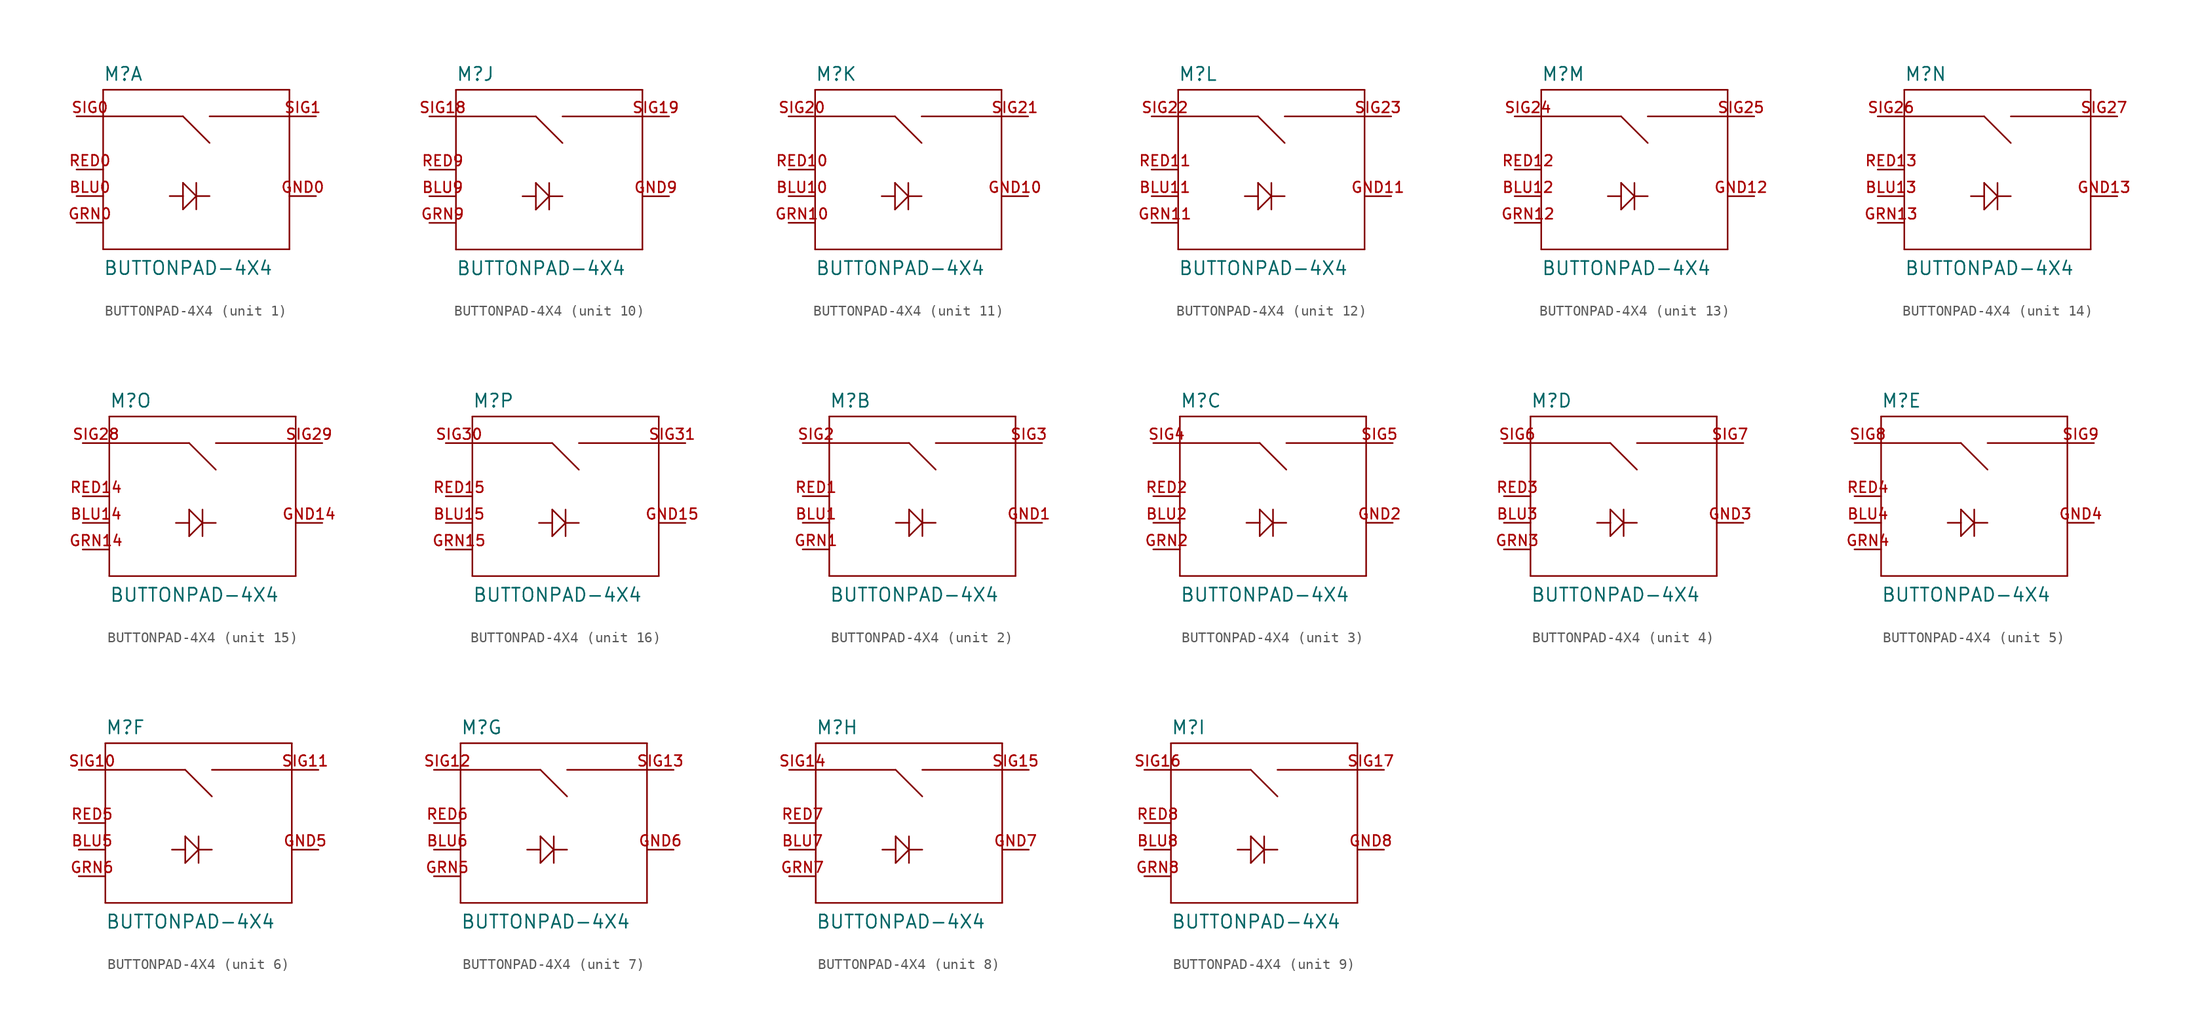
<source format=kicad_sym>
(kicad_symbol_lib
  (version 20211014)
  (generator kicad_symbol_editor)
  (symbol "BUTTONPAD-4X4"
    (pin_names
      (offset 1.016) hide)
    (property "Reference" "M"
      (at -7.62 8.382 0)
      (effects (font (size 1.27 1.27)) (justify left bottom)))
    (property "Value" "BUTTONPAD-4X4"
      (at -7.62 -10.16 0)
      (effects (font (size 1.27 1.27)) (justify left bottom)))
    (property "ki_locked" ""
      (at 0 0 0)
      (effects (font (size 1.27 1.27))))
    (symbol "BUTTONPAD-4X4_1_0"
      (polyline (pts (xy -7.62 -7.62) (xy -7.62 5.08)) (stroke (width 0) (type default) (color 0 0 0 0)) (fill (type none)))
      (polyline (pts (xy -7.62 5.08) (xy -7.62 7.62)) (stroke (width 0) (type default) (color 0 0 0 0)) (fill (type none)))
      (polyline (pts (xy -7.62 5.08) (xy 0 5.08)) (stroke (width 0) (type default) (color 0 0 0 0)) (fill (type none)))
      (polyline (pts (xy -7.62 7.62) (xy 10.16 7.62)) (stroke (width 0) (type default) (color 0 0 0 0)) (fill (type none)))
      (polyline (pts (xy 0 -3.81) (xy 1.27 -2.54)) (stroke (width 0) (type default) (color 0 0 0 0)) (fill (type none)))
      (polyline (pts (xy 0 -2.54) (xy -1.27 -2.54)) (stroke (width 0) (type default) (color 0 0 0 0)) (fill (type none)))
      (polyline (pts (xy 0 -2.54) (xy 0 -3.81)) (stroke (width 0) (type default) (color 0 0 0 0)) (fill (type none)))
      (polyline (pts (xy 0 -1.27) (xy 0 -2.54)) (stroke (width 0) (type default) (color 0 0 0 0)) (fill (type none)))
      (polyline (pts (xy 0 5.08) (xy 2.54 2.54)) (stroke (width 0) (type default) (color 0 0 0 0)) (fill (type none)))
      (polyline (pts (xy 1.27 -2.54) (xy 0 -1.27)) (stroke (width 0) (type default) (color 0 0 0 0)) (fill (type none)))
      (polyline (pts (xy 1.27 -2.54) (xy 1.27 -3.81)) (stroke (width 0) (type default) (color 0 0 0 0)) (fill (type none)))
      (polyline (pts (xy 1.27 -2.54) (xy 2.54 -2.54)) (stroke (width 0) (type default) (color 0 0 0 0)) (fill (type none)))
      (polyline (pts (xy 1.27 -1.27) (xy 1.27 -2.54)) (stroke (width 0) (type default) (color 0 0 0 0)) (fill (type none)))
      (polyline (pts (xy 2.54 5.08) (xy 10.16 5.08)) (stroke (width 0) (type default) (color 0 0 0 0)) (fill (type none)))
      (polyline (pts (xy 10.16 -7.62) (xy -7.62 -7.62)) (stroke (width 0) (type default) (color 0 0 0 0)) (fill (type none)))
      (polyline (pts (xy 10.16 5.08) (xy 10.16 -7.62)) (stroke (width 0) (type default) (color 0 0 0 0)) (fill (type none)))
      (polyline (pts (xy 10.16 7.62) (xy 10.16 5.08)) (stroke (width 0) (type default) (color 0 0 0 0)) (fill (type none))))
    (symbol "BUTTONPAD-4X4_1_1"
      (pin bidirectional line (at -10.16 -2.54 0) (length 2.54) (name "BLU" (effects (font (size 1.016 1.016)))) (number "BLU0" (effects (font (size 1.016 1.016)))))
      (pin bidirectional line (at 12.7 -2.54 180) (length 2.54) (name "GND" (effects (font (size 1.016 1.016)))) (number "GND0" (effects (font (size 1.016 1.016)))))
      (pin bidirectional line (at -10.16 -5.08 0) (length 2.54) (name "GRN" (effects (font (size 1.016 1.016)))) (number "GRN0" (effects (font (size 1.016 1.016)))))
      (pin bidirectional line (at -10.16 0 0) (length 2.54) (name "RED" (effects (font (size 1.016 1.016)))) (number "RED0" (effects (font (size 1.016 1.016)))))
      (pin bidirectional line (at -10.16 5.08 0) (length 2.54) (name "SIG1" (effects (font (size 1.016 1.016)))) (number "SIG0" (effects (font (size 1.016 1.016)))))
      (pin bidirectional line (at 12.7 5.08 180) (length 2.54) (name "SIG2" (effects (font (size 1.016 1.016)))) (number "SIG1" (effects (font (size 1.016 1.016))))))
    (symbol "BUTTONPAD-4X4_2_0"
      (polyline (pts (xy -7.62 -7.62) (xy -7.62 5.08)) (stroke (width 0) (type default) (color 0 0 0 0)) (fill (type none)))
      (polyline (pts (xy -7.62 5.08) (xy -7.62 7.62)) (stroke (width 0) (type default) (color 0 0 0 0)) (fill (type none)))
      (polyline (pts (xy -7.62 5.08) (xy 0 5.08)) (stroke (width 0) (type default) (color 0 0 0 0)) (fill (type none)))
      (polyline (pts (xy -7.62 7.62) (xy 10.16 7.62)) (stroke (width 0) (type default) (color 0 0 0 0)) (fill (type none)))
      (polyline (pts (xy 0 -3.81) (xy 1.27 -2.54)) (stroke (width 0) (type default) (color 0 0 0 0)) (fill (type none)))
      (polyline (pts (xy 0 -2.54) (xy -1.27 -2.54)) (stroke (width 0) (type default) (color 0 0 0 0)) (fill (type none)))
      (polyline (pts (xy 0 -2.54) (xy 0 -3.81)) (stroke (width 0) (type default) (color 0 0 0 0)) (fill (type none)))
      (polyline (pts (xy 0 -1.27) (xy 0 -2.54)) (stroke (width 0) (type default) (color 0 0 0 0)) (fill (type none)))
      (polyline (pts (xy 0 5.08) (xy 2.54 2.54)) (stroke (width 0) (type default) (color 0 0 0 0)) (fill (type none)))
      (polyline (pts (xy 1.27 -2.54) (xy 0 -1.27)) (stroke (width 0) (type default) (color 0 0 0 0)) (fill (type none)))
      (polyline (pts (xy 1.27 -2.54) (xy 1.27 -3.81)) (stroke (width 0) (type default) (color 0 0 0 0)) (fill (type none)))
      (polyline (pts (xy 1.27 -2.54) (xy 2.54 -2.54)) (stroke (width 0) (type default) (color 0 0 0 0)) (fill (type none)))
      (polyline (pts (xy 1.27 -1.27) (xy 1.27 -2.54)) (stroke (width 0) (type default) (color 0 0 0 0)) (fill (type none)))
      (polyline (pts (xy 2.54 5.08) (xy 10.16 5.08)) (stroke (width 0) (type default) (color 0 0 0 0)) (fill (type none)))
      (polyline (pts (xy 10.16 -7.62) (xy -7.62 -7.62)) (stroke (width 0) (type default) (color 0 0 0 0)) (fill (type none)))
      (polyline (pts (xy 10.16 5.08) (xy 10.16 -7.62)) (stroke (width 0) (type default) (color 0 0 0 0)) (fill (type none)))
      (polyline (pts (xy 10.16 7.62) (xy 10.16 5.08)) (stroke (width 0) (type default) (color 0 0 0 0)) (fill (type none))))
    (symbol "BUTTONPAD-4X4_2_1"
      (pin bidirectional line (at -10.16 -2.54 0) (length 2.54) (name "BLU" (effects (font (size 1.016 1.016)))) (number "BLU1" (effects (font (size 1.016 1.016)))))
      (pin bidirectional line (at 12.7 -2.54 180) (length 2.54) (name "GND" (effects (font (size 1.016 1.016)))) (number "GND1" (effects (font (size 1.016 1.016)))))
      (pin bidirectional line (at -10.16 -5.08 0) (length 2.54) (name "GRN" (effects (font (size 1.016 1.016)))) (number "GRN1" (effects (font (size 1.016 1.016)))))
      (pin bidirectional line (at -10.16 0 0) (length 2.54) (name "RED" (effects (font (size 1.016 1.016)))) (number "RED1" (effects (font (size 1.016 1.016)))))
      (pin bidirectional line (at -10.16 5.08 0) (length 2.54) (name "SIG1" (effects (font (size 1.016 1.016)))) (number "SIG2" (effects (font (size 1.016 1.016)))))
      (pin bidirectional line (at 12.7 5.08 180) (length 2.54) (name "SIG2" (effects (font (size 1.016 1.016)))) (number "SIG3" (effects (font (size 1.016 1.016))))))
    (symbol "BUTTONPAD-4X4_3_0"
      (polyline (pts (xy -7.62 -7.62) (xy -7.62 5.08)) (stroke (width 0) (type default) (color 0 0 0 0)) (fill (type none)))
      (polyline (pts (xy -7.62 5.08) (xy -7.62 7.62)) (stroke (width 0) (type default) (color 0 0 0 0)) (fill (type none)))
      (polyline (pts (xy -7.62 5.08) (xy 0 5.08)) (stroke (width 0) (type default) (color 0 0 0 0)) (fill (type none)))
      (polyline (pts (xy -7.62 7.62) (xy 10.16 7.62)) (stroke (width 0) (type default) (color 0 0 0 0)) (fill (type none)))
      (polyline (pts (xy 0 -3.81) (xy 1.27 -2.54)) (stroke (width 0) (type default) (color 0 0 0 0)) (fill (type none)))
      (polyline (pts (xy 0 -2.54) (xy -1.27 -2.54)) (stroke (width 0) (type default) (color 0 0 0 0)) (fill (type none)))
      (polyline (pts (xy 0 -2.54) (xy 0 -3.81)) (stroke (width 0) (type default) (color 0 0 0 0)) (fill (type none)))
      (polyline (pts (xy 0 -1.27) (xy 0 -2.54)) (stroke (width 0) (type default) (color 0 0 0 0)) (fill (type none)))
      (polyline (pts (xy 0 5.08) (xy 2.54 2.54)) (stroke (width 0) (type default) (color 0 0 0 0)) (fill (type none)))
      (polyline (pts (xy 1.27 -2.54) (xy 0 -1.27)) (stroke (width 0) (type default) (color 0 0 0 0)) (fill (type none)))
      (polyline (pts (xy 1.27 -2.54) (xy 1.27 -3.81)) (stroke (width 0) (type default) (color 0 0 0 0)) (fill (type none)))
      (polyline (pts (xy 1.27 -2.54) (xy 2.54 -2.54)) (stroke (width 0) (type default) (color 0 0 0 0)) (fill (type none)))
      (polyline (pts (xy 1.27 -1.27) (xy 1.27 -2.54)) (stroke (width 0) (type default) (color 0 0 0 0)) (fill (type none)))
      (polyline (pts (xy 2.54 5.08) (xy 10.16 5.08)) (stroke (width 0) (type default) (color 0 0 0 0)) (fill (type none)))
      (polyline (pts (xy 10.16 -7.62) (xy -7.62 -7.62)) (stroke (width 0) (type default) (color 0 0 0 0)) (fill (type none)))
      (polyline (pts (xy 10.16 5.08) (xy 10.16 -7.62)) (stroke (width 0) (type default) (color 0 0 0 0)) (fill (type none)))
      (polyline (pts (xy 10.16 7.62) (xy 10.16 5.08)) (stroke (width 0) (type default) (color 0 0 0 0)) (fill (type none))))
    (symbol "BUTTONPAD-4X4_3_1"
      (pin bidirectional line (at -10.16 -2.54 0) (length 2.54) (name "BLU" (effects (font (size 1.016 1.016)))) (number "BLU2" (effects (font (size 1.016 1.016)))))
      (pin bidirectional line (at 12.7 -2.54 180) (length 2.54) (name "GND" (effects (font (size 1.016 1.016)))) (number "GND2" (effects (font (size 1.016 1.016)))))
      (pin bidirectional line (at -10.16 -5.08 0) (length 2.54) (name "GRN" (effects (font (size 1.016 1.016)))) (number "GRN2" (effects (font (size 1.016 1.016)))))
      (pin bidirectional line (at -10.16 0 0) (length 2.54) (name "RED" (effects (font (size 1.016 1.016)))) (number "RED2" (effects (font (size 1.016 1.016)))))
      (pin bidirectional line (at -10.16 5.08 0) (length 2.54) (name "SIG1" (effects (font (size 1.016 1.016)))) (number "SIG4" (effects (font (size 1.016 1.016)))))
      (pin bidirectional line (at 12.7 5.08 180) (length 2.54) (name "SIG2" (effects (font (size 1.016 1.016)))) (number "SIG5" (effects (font (size 1.016 1.016))))))
    (symbol "BUTTONPAD-4X4_4_0"
      (polyline (pts (xy -7.62 -7.62) (xy -7.62 5.08)) (stroke (width 0) (type default) (color 0 0 0 0)) (fill (type none)))
      (polyline (pts (xy -7.62 5.08) (xy -7.62 7.62)) (stroke (width 0) (type default) (color 0 0 0 0)) (fill (type none)))
      (polyline (pts (xy -7.62 5.08) (xy 0 5.08)) (stroke (width 0) (type default) (color 0 0 0 0)) (fill (type none)))
      (polyline (pts (xy -7.62 7.62) (xy 10.16 7.62)) (stroke (width 0) (type default) (color 0 0 0 0)) (fill (type none)))
      (polyline (pts (xy 0 -3.81) (xy 1.27 -2.54)) (stroke (width 0) (type default) (color 0 0 0 0)) (fill (type none)))
      (polyline (pts (xy 0 -2.54) (xy -1.27 -2.54)) (stroke (width 0) (type default) (color 0 0 0 0)) (fill (type none)))
      (polyline (pts (xy 0 -2.54) (xy 0 -3.81)) (stroke (width 0) (type default) (color 0 0 0 0)) (fill (type none)))
      (polyline (pts (xy 0 -1.27) (xy 0 -2.54)) (stroke (width 0) (type default) (color 0 0 0 0)) (fill (type none)))
      (polyline (pts (xy 0 5.08) (xy 2.54 2.54)) (stroke (width 0) (type default) (color 0 0 0 0)) (fill (type none)))
      (polyline (pts (xy 1.27 -2.54) (xy 0 -1.27)) (stroke (width 0) (type default) (color 0 0 0 0)) (fill (type none)))
      (polyline (pts (xy 1.27 -2.54) (xy 1.27 -3.81)) (stroke (width 0) (type default) (color 0 0 0 0)) (fill (type none)))
      (polyline (pts (xy 1.27 -2.54) (xy 2.54 -2.54)) (stroke (width 0) (type default) (color 0 0 0 0)) (fill (type none)))
      (polyline (pts (xy 1.27 -1.27) (xy 1.27 -2.54)) (stroke (width 0) (type default) (color 0 0 0 0)) (fill (type none)))
      (polyline (pts (xy 2.54 5.08) (xy 10.16 5.08)) (stroke (width 0) (type default) (color 0 0 0 0)) (fill (type none)))
      (polyline (pts (xy 10.16 -7.62) (xy -7.62 -7.62)) (stroke (width 0) (type default) (color 0 0 0 0)) (fill (type none)))
      (polyline (pts (xy 10.16 5.08) (xy 10.16 -7.62)) (stroke (width 0) (type default) (color 0 0 0 0)) (fill (type none)))
      (polyline (pts (xy 10.16 7.62) (xy 10.16 5.08)) (stroke (width 0) (type default) (color 0 0 0 0)) (fill (type none))))
    (symbol "BUTTONPAD-4X4_4_1"
      (pin bidirectional line (at -10.16 -2.54 0) (length 2.54) (name "BLU" (effects (font (size 1.016 1.016)))) (number "BLU3" (effects (font (size 1.016 1.016)))))
      (pin bidirectional line (at 12.7 -2.54 180) (length 2.54) (name "GND" (effects (font (size 1.016 1.016)))) (number "GND3" (effects (font (size 1.016 1.016)))))
      (pin bidirectional line (at -10.16 -5.08 0) (length 2.54) (name "GRN" (effects (font (size 1.016 1.016)))) (number "GRN3" (effects (font (size 1.016 1.016)))))
      (pin bidirectional line (at -10.16 0 0) (length 2.54) (name "RED" (effects (font (size 1.016 1.016)))) (number "RED3" (effects (font (size 1.016 1.016)))))
      (pin bidirectional line (at -10.16 5.08 0) (length 2.54) (name "SIG1" (effects (font (size 1.016 1.016)))) (number "SIG6" (effects (font (size 1.016 1.016)))))
      (pin bidirectional line (at 12.7 5.08 180) (length 2.54) (name "SIG2" (effects (font (size 1.016 1.016)))) (number "SIG7" (effects (font (size 1.016 1.016))))))
    (symbol "BUTTONPAD-4X4_5_0"
      (polyline (pts (xy -7.62 -7.62) (xy -7.62 5.08)) (stroke (width 0) (type default) (color 0 0 0 0)) (fill (type none)))
      (polyline (pts (xy -7.62 5.08) (xy -7.62 7.62)) (stroke (width 0) (type default) (color 0 0 0 0)) (fill (type none)))
      (polyline (pts (xy -7.62 5.08) (xy 0 5.08)) (stroke (width 0) (type default) (color 0 0 0 0)) (fill (type none)))
      (polyline (pts (xy -7.62 7.62) (xy 10.16 7.62)) (stroke (width 0) (type default) (color 0 0 0 0)) (fill (type none)))
      (polyline (pts (xy 0 -3.81) (xy 1.27 -2.54)) (stroke (width 0) (type default) (color 0 0 0 0)) (fill (type none)))
      (polyline (pts (xy 0 -2.54) (xy -1.27 -2.54)) (stroke (width 0) (type default) (color 0 0 0 0)) (fill (type none)))
      (polyline (pts (xy 0 -2.54) (xy 0 -3.81)) (stroke (width 0) (type default) (color 0 0 0 0)) (fill (type none)))
      (polyline (pts (xy 0 -1.27) (xy 0 -2.54)) (stroke (width 0) (type default) (color 0 0 0 0)) (fill (type none)))
      (polyline (pts (xy 0 5.08) (xy 2.54 2.54)) (stroke (width 0) (type default) (color 0 0 0 0)) (fill (type none)))
      (polyline (pts (xy 1.27 -2.54) (xy 0 -1.27)) (stroke (width 0) (type default) (color 0 0 0 0)) (fill (type none)))
      (polyline (pts (xy 1.27 -2.54) (xy 1.27 -3.81)) (stroke (width 0) (type default) (color 0 0 0 0)) (fill (type none)))
      (polyline (pts (xy 1.27 -2.54) (xy 2.54 -2.54)) (stroke (width 0) (type default) (color 0 0 0 0)) (fill (type none)))
      (polyline (pts (xy 1.27 -1.27) (xy 1.27 -2.54)) (stroke (width 0) (type default) (color 0 0 0 0)) (fill (type none)))
      (polyline (pts (xy 2.54 5.08) (xy 10.16 5.08)) (stroke (width 0) (type default) (color 0 0 0 0)) (fill (type none)))
      (polyline (pts (xy 10.16 -7.62) (xy -7.62 -7.62)) (stroke (width 0) (type default) (color 0 0 0 0)) (fill (type none)))
      (polyline (pts (xy 10.16 5.08) (xy 10.16 -7.62)) (stroke (width 0) (type default) (color 0 0 0 0)) (fill (type none)))
      (polyline (pts (xy 10.16 7.62) (xy 10.16 5.08)) (stroke (width 0) (type default) (color 0 0 0 0)) (fill (type none))))
    (symbol "BUTTONPAD-4X4_5_1"
      (pin bidirectional line (at -10.16 -2.54 0) (length 2.54) (name "BLU" (effects (font (size 1.016 1.016)))) (number "BLU4" (effects (font (size 1.016 1.016)))))
      (pin bidirectional line (at 12.7 -2.54 180) (length 2.54) (name "GND" (effects (font (size 1.016 1.016)))) (number "GND4" (effects (font (size 1.016 1.016)))))
      (pin bidirectional line (at -10.16 -5.08 0) (length 2.54) (name "GRN" (effects (font (size 1.016 1.016)))) (number "GRN4" (effects (font (size 1.016 1.016)))))
      (pin bidirectional line (at -10.16 0 0) (length 2.54) (name "RED" (effects (font (size 1.016 1.016)))) (number "RED4" (effects (font (size 1.016 1.016)))))
      (pin bidirectional line (at -10.16 5.08 0) (length 2.54) (name "SIG1" (effects (font (size 1.016 1.016)))) (number "SIG8" (effects (font (size 1.016 1.016)))))
      (pin bidirectional line (at 12.7 5.08 180) (length 2.54) (name "SIG2" (effects (font (size 1.016 1.016)))) (number "SIG9" (effects (font (size 1.016 1.016))))))
    (symbol "BUTTONPAD-4X4_6_0"
      (polyline (pts (xy -7.62 -7.62) (xy -7.62 5.08)) (stroke (width 0) (type default) (color 0 0 0 0)) (fill (type none)))
      (polyline (pts (xy -7.62 5.08) (xy -7.62 7.62)) (stroke (width 0) (type default) (color 0 0 0 0)) (fill (type none)))
      (polyline (pts (xy -7.62 5.08) (xy 0 5.08)) (stroke (width 0) (type default) (color 0 0 0 0)) (fill (type none)))
      (polyline (pts (xy -7.62 7.62) (xy 10.16 7.62)) (stroke (width 0) (type default) (color 0 0 0 0)) (fill (type none)))
      (polyline (pts (xy 0 -3.81) (xy 1.27 -2.54)) (stroke (width 0) (type default) (color 0 0 0 0)) (fill (type none)))
      (polyline (pts (xy 0 -2.54) (xy -1.27 -2.54)) (stroke (width 0) (type default) (color 0 0 0 0)) (fill (type none)))
      (polyline (pts (xy 0 -2.54) (xy 0 -3.81)) (stroke (width 0) (type default) (color 0 0 0 0)) (fill (type none)))
      (polyline (pts (xy 0 -1.27) (xy 0 -2.54)) (stroke (width 0) (type default) (color 0 0 0 0)) (fill (type none)))
      (polyline (pts (xy 0 5.08) (xy 2.54 2.54)) (stroke (width 0) (type default) (color 0 0 0 0)) (fill (type none)))
      (polyline (pts (xy 1.27 -2.54) (xy 0 -1.27)) (stroke (width 0) (type default) (color 0 0 0 0)) (fill (type none)))
      (polyline (pts (xy 1.27 -2.54) (xy 1.27 -3.81)) (stroke (width 0) (type default) (color 0 0 0 0)) (fill (type none)))
      (polyline (pts (xy 1.27 -2.54) (xy 2.54 -2.54)) (stroke (width 0) (type default) (color 0 0 0 0)) (fill (type none)))
      (polyline (pts (xy 1.27 -1.27) (xy 1.27 -2.54)) (stroke (width 0) (type default) (color 0 0 0 0)) (fill (type none)))
      (polyline (pts (xy 2.54 5.08) (xy 10.16 5.08)) (stroke (width 0) (type default) (color 0 0 0 0)) (fill (type none)))
      (polyline (pts (xy 10.16 -7.62) (xy -7.62 -7.62)) (stroke (width 0) (type default) (color 0 0 0 0)) (fill (type none)))
      (polyline (pts (xy 10.16 5.08) (xy 10.16 -7.62)) (stroke (width 0) (type default) (color 0 0 0 0)) (fill (type none)))
      (polyline (pts (xy 10.16 7.62) (xy 10.16 5.08)) (stroke (width 0) (type default) (color 0 0 0 0)) (fill (type none))))
    (symbol "BUTTONPAD-4X4_6_1"
      (pin bidirectional line (at -10.16 -2.54 0) (length 2.54) (name "BLU" (effects (font (size 1.016 1.016)))) (number "BLU5" (effects (font (size 1.016 1.016)))))
      (pin bidirectional line (at 12.7 -2.54 180) (length 2.54) (name "GND" (effects (font (size 1.016 1.016)))) (number "GND5" (effects (font (size 1.016 1.016)))))
      (pin bidirectional line (at -10.16 -5.08 0) (length 2.54) (name "GRN" (effects (font (size 1.016 1.016)))) (number "GRN6" (effects (font (size 1.016 1.016)))))
      (pin bidirectional line (at -10.16 0 0) (length 2.54) (name "RED" (effects (font (size 1.016 1.016)))) (number "RED5" (effects (font (size 1.016 1.016)))))
      (pin bidirectional line (at -10.16 5.08 0) (length 2.54) (name "SIG1" (effects (font (size 1.016 1.016)))) (number "SIG10" (effects (font (size 1.016 1.016)))))
      (pin bidirectional line (at 12.7 5.08 180) (length 2.54) (name "SIG2" (effects (font (size 1.016 1.016)))) (number "SIG11" (effects (font (size 1.016 1.016))))))
    (symbol "BUTTONPAD-4X4_7_0"
      (polyline (pts (xy -7.62 -7.62) (xy -7.62 5.08)) (stroke (width 0) (type default) (color 0 0 0 0)) (fill (type none)))
      (polyline (pts (xy -7.62 5.08) (xy -7.62 7.62)) (stroke (width 0) (type default) (color 0 0 0 0)) (fill (type none)))
      (polyline (pts (xy -7.62 5.08) (xy 0 5.08)) (stroke (width 0) (type default) (color 0 0 0 0)) (fill (type none)))
      (polyline (pts (xy -7.62 7.62) (xy 10.16 7.62)) (stroke (width 0) (type default) (color 0 0 0 0)) (fill (type none)))
      (polyline (pts (xy 0 -3.81) (xy 1.27 -2.54)) (stroke (width 0) (type default) (color 0 0 0 0)) (fill (type none)))
      (polyline (pts (xy 0 -2.54) (xy -1.27 -2.54)) (stroke (width 0) (type default) (color 0 0 0 0)) (fill (type none)))
      (polyline (pts (xy 0 -2.54) (xy 0 -3.81)) (stroke (width 0) (type default) (color 0 0 0 0)) (fill (type none)))
      (polyline (pts (xy 0 -1.27) (xy 0 -2.54)) (stroke (width 0) (type default) (color 0 0 0 0)) (fill (type none)))
      (polyline (pts (xy 0 5.08) (xy 2.54 2.54)) (stroke (width 0) (type default) (color 0 0 0 0)) (fill (type none)))
      (polyline (pts (xy 1.27 -2.54) (xy 0 -1.27)) (stroke (width 0) (type default) (color 0 0 0 0)) (fill (type none)))
      (polyline (pts (xy 1.27 -2.54) (xy 1.27 -3.81)) (stroke (width 0) (type default) (color 0 0 0 0)) (fill (type none)))
      (polyline (pts (xy 1.27 -2.54) (xy 2.54 -2.54)) (stroke (width 0) (type default) (color 0 0 0 0)) (fill (type none)))
      (polyline (pts (xy 1.27 -1.27) (xy 1.27 -2.54)) (stroke (width 0) (type default) (color 0 0 0 0)) (fill (type none)))
      (polyline (pts (xy 2.54 5.08) (xy 10.16 5.08)) (stroke (width 0) (type default) (color 0 0 0 0)) (fill (type none)))
      (polyline (pts (xy 10.16 -7.62) (xy -7.62 -7.62)) (stroke (width 0) (type default) (color 0 0 0 0)) (fill (type none)))
      (polyline (pts (xy 10.16 5.08) (xy 10.16 -7.62)) (stroke (width 0) (type default) (color 0 0 0 0)) (fill (type none)))
      (polyline (pts (xy 10.16 7.62) (xy 10.16 5.08)) (stroke (width 0) (type default) (color 0 0 0 0)) (fill (type none))))
    (symbol "BUTTONPAD-4X4_7_1"
      (pin bidirectional line (at -10.16 -2.54 0) (length 2.54) (name "BLU" (effects (font (size 1.016 1.016)))) (number "BLU6" (effects (font (size 1.016 1.016)))))
      (pin bidirectional line (at 12.7 -2.54 180) (length 2.54) (name "GND" (effects (font (size 1.016 1.016)))) (number "GND6" (effects (font (size 1.016 1.016)))))
      (pin bidirectional line (at -10.16 -5.08 0) (length 2.54) (name "GRN" (effects (font (size 1.016 1.016)))) (number "GRN5" (effects (font (size 1.016 1.016)))))
      (pin bidirectional line (at -10.16 0 0) (length 2.54) (name "RED" (effects (font (size 1.016 1.016)))) (number "RED6" (effects (font (size 1.016 1.016)))))
      (pin bidirectional line (at -10.16 5.08 0) (length 2.54) (name "SIG1" (effects (font (size 1.016 1.016)))) (number "SIG12" (effects (font (size 1.016 1.016)))))
      (pin bidirectional line (at 12.7 5.08 180) (length 2.54) (name "SIG2" (effects (font (size 1.016 1.016)))) (number "SIG13" (effects (font (size 1.016 1.016))))))
    (symbol "BUTTONPAD-4X4_8_0"
      (polyline (pts (xy -7.62 -7.62) (xy -7.62 5.08)) (stroke (width 0) (type default) (color 0 0 0 0)) (fill (type none)))
      (polyline (pts (xy -7.62 5.08) (xy -7.62 7.62)) (stroke (width 0) (type default) (color 0 0 0 0)) (fill (type none)))
      (polyline (pts (xy -7.62 5.08) (xy 0 5.08)) (stroke (width 0) (type default) (color 0 0 0 0)) (fill (type none)))
      (polyline (pts (xy -7.62 7.62) (xy 10.16 7.62)) (stroke (width 0) (type default) (color 0 0 0 0)) (fill (type none)))
      (polyline (pts (xy 0 -3.81) (xy 1.27 -2.54)) (stroke (width 0) (type default) (color 0 0 0 0)) (fill (type none)))
      (polyline (pts (xy 0 -2.54) (xy -1.27 -2.54)) (stroke (width 0) (type default) (color 0 0 0 0)) (fill (type none)))
      (polyline (pts (xy 0 -2.54) (xy 0 -3.81)) (stroke (width 0) (type default) (color 0 0 0 0)) (fill (type none)))
      (polyline (pts (xy 0 -1.27) (xy 0 -2.54)) (stroke (width 0) (type default) (color 0 0 0 0)) (fill (type none)))
      (polyline (pts (xy 0 5.08) (xy 2.54 2.54)) (stroke (width 0) (type default) (color 0 0 0 0)) (fill (type none)))
      (polyline (pts (xy 1.27 -2.54) (xy 0 -1.27)) (stroke (width 0) (type default) (color 0 0 0 0)) (fill (type none)))
      (polyline (pts (xy 1.27 -2.54) (xy 1.27 -3.81)) (stroke (width 0) (type default) (color 0 0 0 0)) (fill (type none)))
      (polyline (pts (xy 1.27 -2.54) (xy 2.54 -2.54)) (stroke (width 0) (type default) (color 0 0 0 0)) (fill (type none)))
      (polyline (pts (xy 1.27 -1.27) (xy 1.27 -2.54)) (stroke (width 0) (type default) (color 0 0 0 0)) (fill (type none)))
      (polyline (pts (xy 2.54 5.08) (xy 10.16 5.08)) (stroke (width 0) (type default) (color 0 0 0 0)) (fill (type none)))
      (polyline (pts (xy 10.16 -7.62) (xy -7.62 -7.62)) (stroke (width 0) (type default) (color 0 0 0 0)) (fill (type none)))
      (polyline (pts (xy 10.16 5.08) (xy 10.16 -7.62)) (stroke (width 0) (type default) (color 0 0 0 0)) (fill (type none)))
      (polyline (pts (xy 10.16 7.62) (xy 10.16 5.08)) (stroke (width 0) (type default) (color 0 0 0 0)) (fill (type none))))
    (symbol "BUTTONPAD-4X4_8_1"
      (pin bidirectional line (at -10.16 -2.54 0) (length 2.54) (name "BLU" (effects (font (size 1.016 1.016)))) (number "BLU7" (effects (font (size 1.016 1.016)))))
      (pin bidirectional line (at 12.7 -2.54 180) (length 2.54) (name "GND" (effects (font (size 1.016 1.016)))) (number "GND7" (effects (font (size 1.016 1.016)))))
      (pin bidirectional line (at -10.16 -5.08 0) (length 2.54) (name "GRN" (effects (font (size 1.016 1.016)))) (number "GRN7" (effects (font (size 1.016 1.016)))))
      (pin bidirectional line (at -10.16 0 0) (length 2.54) (name "RED" (effects (font (size 1.016 1.016)))) (number "RED7" (effects (font (size 1.016 1.016)))))
      (pin bidirectional line (at -10.16 5.08 0) (length 2.54) (name "SIG1" (effects (font (size 1.016 1.016)))) (number "SIG14" (effects (font (size 1.016 1.016)))))
      (pin bidirectional line (at 12.7 5.08 180) (length 2.54) (name "SIG2" (effects (font (size 1.016 1.016)))) (number "SIG15" (effects (font (size 1.016 1.016))))))
    (symbol "BUTTONPAD-4X4_9_0"
      (polyline (pts (xy -7.62 -7.62) (xy -7.62 5.08)) (stroke (width 0) (type default) (color 0 0 0 0)) (fill (type none)))
      (polyline (pts (xy -7.62 5.08) (xy -7.62 7.62)) (stroke (width 0) (type default) (color 0 0 0 0)) (fill (type none)))
      (polyline (pts (xy -7.62 5.08) (xy 0 5.08)) (stroke (width 0) (type default) (color 0 0 0 0)) (fill (type none)))
      (polyline (pts (xy -7.62 7.62) (xy 10.16 7.62)) (stroke (width 0) (type default) (color 0 0 0 0)) (fill (type none)))
      (polyline (pts (xy 0 -3.81) (xy 1.27 -2.54)) (stroke (width 0) (type default) (color 0 0 0 0)) (fill (type none)))
      (polyline (pts (xy 0 -2.54) (xy -1.27 -2.54)) (stroke (width 0) (type default) (color 0 0 0 0)) (fill (type none)))
      (polyline (pts (xy 0 -2.54) (xy 0 -3.81)) (stroke (width 0) (type default) (color 0 0 0 0)) (fill (type none)))
      (polyline (pts (xy 0 -1.27) (xy 0 -2.54)) (stroke (width 0) (type default) (color 0 0 0 0)) (fill (type none)))
      (polyline (pts (xy 0 5.08) (xy 2.54 2.54)) (stroke (width 0) (type default) (color 0 0 0 0)) (fill (type none)))
      (polyline (pts (xy 1.27 -2.54) (xy 0 -1.27)) (stroke (width 0) (type default) (color 0 0 0 0)) (fill (type none)))
      (polyline (pts (xy 1.27 -2.54) (xy 1.27 -3.81)) (stroke (width 0) (type default) (color 0 0 0 0)) (fill (type none)))
      (polyline (pts (xy 1.27 -2.54) (xy 2.54 -2.54)) (stroke (width 0) (type default) (color 0 0 0 0)) (fill (type none)))
      (polyline (pts (xy 1.27 -1.27) (xy 1.27 -2.54)) (stroke (width 0) (type default) (color 0 0 0 0)) (fill (type none)))
      (polyline (pts (xy 2.54 5.08) (xy 10.16 5.08)) (stroke (width 0) (type default) (color 0 0 0 0)) (fill (type none)))
      (polyline (pts (xy 10.16 -7.62) (xy -7.62 -7.62)) (stroke (width 0) (type default) (color 0 0 0 0)) (fill (type none)))
      (polyline (pts (xy 10.16 5.08) (xy 10.16 -7.62)) (stroke (width 0) (type default) (color 0 0 0 0)) (fill (type none)))
      (polyline (pts (xy 10.16 7.62) (xy 10.16 5.08)) (stroke (width 0) (type default) (color 0 0 0 0)) (fill (type none))))
    (symbol "BUTTONPAD-4X4_9_1"
      (pin bidirectional line (at -10.16 -2.54 0) (length 2.54) (name "BLU" (effects (font (size 1.016 1.016)))) (number "BLU8" (effects (font (size 1.016 1.016)))))
      (pin bidirectional line (at 12.7 -2.54 180) (length 2.54) (name "GND" (effects (font (size 1.016 1.016)))) (number "GND8" (effects (font (size 1.016 1.016)))))
      (pin bidirectional line (at -10.16 -5.08 0) (length 2.54) (name "GRN" (effects (font (size 1.016 1.016)))) (number "GRN8" (effects (font (size 1.016 1.016)))))
      (pin bidirectional line (at -10.16 0 0) (length 2.54) (name "RED" (effects (font (size 1.016 1.016)))) (number "RED8" (effects (font (size 1.016 1.016)))))
      (pin bidirectional line (at -10.16 5.08 0) (length 2.54) (name "SIG1" (effects (font (size 1.016 1.016)))) (number "SIG16" (effects (font (size 1.016 1.016)))))
      (pin bidirectional line (at 12.7 5.08 180) (length 2.54) (name "SIG2" (effects (font (size 1.016 1.016)))) (number "SIG17" (effects (font (size 1.016 1.016))))))
    (symbol "BUTTONPAD-4X4_10_0"
      (polyline (pts (xy -7.62 -7.62) (xy -7.62 5.08)) (stroke (width 0) (type default) (color 0 0 0 0)) (fill (type none)))
      (polyline (pts (xy -7.62 5.08) (xy -7.62 7.62)) (stroke (width 0) (type default) (color 0 0 0 0)) (fill (type none)))
      (polyline (pts (xy -7.62 5.08) (xy 0 5.08)) (stroke (width 0) (type default) (color 0 0 0 0)) (fill (type none)))
      (polyline (pts (xy -7.62 7.62) (xy 10.16 7.62)) (stroke (width 0) (type default) (color 0 0 0 0)) (fill (type none)))
      (polyline (pts (xy 0 -3.81) (xy 1.27 -2.54)) (stroke (width 0) (type default) (color 0 0 0 0)) (fill (type none)))
      (polyline (pts (xy 0 -2.54) (xy -1.27 -2.54)) (stroke (width 0) (type default) (color 0 0 0 0)) (fill (type none)))
      (polyline (pts (xy 0 -2.54) (xy 0 -3.81)) (stroke (width 0) (type default) (color 0 0 0 0)) (fill (type none)))
      (polyline (pts (xy 0 -1.27) (xy 0 -2.54)) (stroke (width 0) (type default) (color 0 0 0 0)) (fill (type none)))
      (polyline (pts (xy 0 5.08) (xy 2.54 2.54)) (stroke (width 0) (type default) (color 0 0 0 0)) (fill (type none)))
      (polyline (pts (xy 1.27 -2.54) (xy 0 -1.27)) (stroke (width 0) (type default) (color 0 0 0 0)) (fill (type none)))
      (polyline (pts (xy 1.27 -2.54) (xy 1.27 -3.81)) (stroke (width 0) (type default) (color 0 0 0 0)) (fill (type none)))
      (polyline (pts (xy 1.27 -2.54) (xy 2.54 -2.54)) (stroke (width 0) (type default) (color 0 0 0 0)) (fill (type none)))
      (polyline (pts (xy 1.27 -1.27) (xy 1.27 -2.54)) (stroke (width 0) (type default) (color 0 0 0 0)) (fill (type none)))
      (polyline (pts (xy 2.54 5.08) (xy 10.16 5.08)) (stroke (width 0) (type default) (color 0 0 0 0)) (fill (type none)))
      (polyline (pts (xy 10.16 -7.62) (xy -7.62 -7.62)) (stroke (width 0) (type default) (color 0 0 0 0)) (fill (type none)))
      (polyline (pts (xy 10.16 5.08) (xy 10.16 -7.62)) (stroke (width 0) (type default) (color 0 0 0 0)) (fill (type none)))
      (polyline (pts (xy 10.16 7.62) (xy 10.16 5.08)) (stroke (width 0) (type default) (color 0 0 0 0)) (fill (type none))))
    (symbol "BUTTONPAD-4X4_10_1"
      (pin bidirectional line (at -10.16 -2.54 0) (length 2.54) (name "BLU" (effects (font (size 1.016 1.016)))) (number "BLU9" (effects (font (size 1.016 1.016)))))
      (pin bidirectional line (at 12.7 -2.54 180) (length 2.54) (name "GND" (effects (font (size 1.016 1.016)))) (number "GND9" (effects (font (size 1.016 1.016)))))
      (pin bidirectional line (at -10.16 -5.08 0) (length 2.54) (name "GRN" (effects (font (size 1.016 1.016)))) (number "GRN9" (effects (font (size 1.016 1.016)))))
      (pin bidirectional line (at -10.16 0 0) (length 2.54) (name "RED" (effects (font (size 1.016 1.016)))) (number "RED9" (effects (font (size 1.016 1.016)))))
      (pin bidirectional line (at -10.16 5.08 0) (length 2.54) (name "SIG1" (effects (font (size 1.016 1.016)))) (number "SIG18" (effects (font (size 1.016 1.016)))))
      (pin bidirectional line (at 12.7 5.08 180) (length 2.54) (name "SIG2" (effects (font (size 1.016 1.016)))) (number "SIG19" (effects (font (size 1.016 1.016))))))
    (symbol "BUTTONPAD-4X4_11_0"
      (polyline (pts (xy -7.62 -7.62) (xy -7.62 5.08)) (stroke (width 0) (type default) (color 0 0 0 0)) (fill (type none)))
      (polyline (pts (xy -7.62 5.08) (xy -7.62 7.62)) (stroke (width 0) (type default) (color 0 0 0 0)) (fill (type none)))
      (polyline (pts (xy -7.62 5.08) (xy 0 5.08)) (stroke (width 0) (type default) (color 0 0 0 0)) (fill (type none)))
      (polyline (pts (xy -7.62 7.62) (xy 10.16 7.62)) (stroke (width 0) (type default) (color 0 0 0 0)) (fill (type none)))
      (polyline (pts (xy 0 -3.81) (xy 1.27 -2.54)) (stroke (width 0) (type default) (color 0 0 0 0)) (fill (type none)))
      (polyline (pts (xy 0 -2.54) (xy -1.27 -2.54)) (stroke (width 0) (type default) (color 0 0 0 0)) (fill (type none)))
      (polyline (pts (xy 0 -2.54) (xy 0 -3.81)) (stroke (width 0) (type default) (color 0 0 0 0)) (fill (type none)))
      (polyline (pts (xy 0 -1.27) (xy 0 -2.54)) (stroke (width 0) (type default) (color 0 0 0 0)) (fill (type none)))
      (polyline (pts (xy 0 5.08) (xy 2.54 2.54)) (stroke (width 0) (type default) (color 0 0 0 0)) (fill (type none)))
      (polyline (pts (xy 1.27 -2.54) (xy 0 -1.27)) (stroke (width 0) (type default) (color 0 0 0 0)) (fill (type none)))
      (polyline (pts (xy 1.27 -2.54) (xy 1.27 -3.81)) (stroke (width 0) (type default) (color 0 0 0 0)) (fill (type none)))
      (polyline (pts (xy 1.27 -2.54) (xy 2.54 -2.54)) (stroke (width 0) (type default) (color 0 0 0 0)) (fill (type none)))
      (polyline (pts (xy 1.27 -1.27) (xy 1.27 -2.54)) (stroke (width 0) (type default) (color 0 0 0 0)) (fill (type none)))
      (polyline (pts (xy 2.54 5.08) (xy 10.16 5.08)) (stroke (width 0) (type default) (color 0 0 0 0)) (fill (type none)))
      (polyline (pts (xy 10.16 -7.62) (xy -7.62 -7.62)) (stroke (width 0) (type default) (color 0 0 0 0)) (fill (type none)))
      (polyline (pts (xy 10.16 5.08) (xy 10.16 -7.62)) (stroke (width 0) (type default) (color 0 0 0 0)) (fill (type none)))
      (polyline (pts (xy 10.16 7.62) (xy 10.16 5.08)) (stroke (width 0) (type default) (color 0 0 0 0)) (fill (type none))))
    (symbol "BUTTONPAD-4X4_11_1"
      (pin bidirectional line (at -10.16 -2.54 0) (length 2.54) (name "BLU" (effects (font (size 1.016 1.016)))) (number "BLU10" (effects (font (size 1.016 1.016)))))
      (pin bidirectional line (at 12.7 -2.54 180) (length 2.54) (name "GND" (effects (font (size 1.016 1.016)))) (number "GND10" (effects (font (size 1.016 1.016)))))
      (pin bidirectional line (at -10.16 -5.08 0) (length 2.54) (name "GRN" (effects (font (size 1.016 1.016)))) (number "GRN10" (effects (font (size 1.016 1.016)))))
      (pin bidirectional line (at -10.16 0 0) (length 2.54) (name "RED" (effects (font (size 1.016 1.016)))) (number "RED10" (effects (font (size 1.016 1.016)))))
      (pin bidirectional line (at -10.16 5.08 0) (length 2.54) (name "SIG1" (effects (font (size 1.016 1.016)))) (number "SIG20" (effects (font (size 1.016 1.016)))))
      (pin bidirectional line (at 12.7 5.08 180) (length 2.54) (name "SIG2" (effects (font (size 1.016 1.016)))) (number "SIG21" (effects (font (size 1.016 1.016))))))
    (symbol "BUTTONPAD-4X4_12_0"
      (polyline (pts (xy -7.62 -7.62) (xy -7.62 5.08)) (stroke (width 0) (type default) (color 0 0 0 0)) (fill (type none)))
      (polyline (pts (xy -7.62 5.08) (xy -7.62 7.62)) (stroke (width 0) (type default) (color 0 0 0 0)) (fill (type none)))
      (polyline (pts (xy -7.62 5.08) (xy 0 5.08)) (stroke (width 0) (type default) (color 0 0 0 0)) (fill (type none)))
      (polyline (pts (xy -7.62 7.62) (xy 10.16 7.62)) (stroke (width 0) (type default) (color 0 0 0 0)) (fill (type none)))
      (polyline (pts (xy 0 -3.81) (xy 1.27 -2.54)) (stroke (width 0) (type default) (color 0 0 0 0)) (fill (type none)))
      (polyline (pts (xy 0 -2.54) (xy -1.27 -2.54)) (stroke (width 0) (type default) (color 0 0 0 0)) (fill (type none)))
      (polyline (pts (xy 0 -2.54) (xy 0 -3.81)) (stroke (width 0) (type default) (color 0 0 0 0)) (fill (type none)))
      (polyline (pts (xy 0 -1.27) (xy 0 -2.54)) (stroke (width 0) (type default) (color 0 0 0 0)) (fill (type none)))
      (polyline (pts (xy 0 5.08) (xy 2.54 2.54)) (stroke (width 0) (type default) (color 0 0 0 0)) (fill (type none)))
      (polyline (pts (xy 1.27 -2.54) (xy 0 -1.27)) (stroke (width 0) (type default) (color 0 0 0 0)) (fill (type none)))
      (polyline (pts (xy 1.27 -2.54) (xy 1.27 -3.81)) (stroke (width 0) (type default) (color 0 0 0 0)) (fill (type none)))
      (polyline (pts (xy 1.27 -2.54) (xy 2.54 -2.54)) (stroke (width 0) (type default) (color 0 0 0 0)) (fill (type none)))
      (polyline (pts (xy 1.27 -1.27) (xy 1.27 -2.54)) (stroke (width 0) (type default) (color 0 0 0 0)) (fill (type none)))
      (polyline (pts (xy 2.54 5.08) (xy 10.16 5.08)) (stroke (width 0) (type default) (color 0 0 0 0)) (fill (type none)))
      (polyline (pts (xy 10.16 -7.62) (xy -7.62 -7.62)) (stroke (width 0) (type default) (color 0 0 0 0)) (fill (type none)))
      (polyline (pts (xy 10.16 5.08) (xy 10.16 -7.62)) (stroke (width 0) (type default) (color 0 0 0 0)) (fill (type none)))
      (polyline (pts (xy 10.16 7.62) (xy 10.16 5.08)) (stroke (width 0) (type default) (color 0 0 0 0)) (fill (type none))))
    (symbol "BUTTONPAD-4X4_12_1"
      (pin bidirectional line (at -10.16 -2.54 0) (length 2.54) (name "BLU" (effects (font (size 1.016 1.016)))) (number "BLU11" (effects (font (size 1.016 1.016)))))
      (pin bidirectional line (at 12.7 -2.54 180) (length 2.54) (name "GND" (effects (font (size 1.016 1.016)))) (number "GND11" (effects (font (size 1.016 1.016)))))
      (pin bidirectional line (at -10.16 -5.08 0) (length 2.54) (name "GRN" (effects (font (size 1.016 1.016)))) (number "GRN11" (effects (font (size 1.016 1.016)))))
      (pin bidirectional line (at -10.16 0 0) (length 2.54) (name "RED" (effects (font (size 1.016 1.016)))) (number "RED11" (effects (font (size 1.016 1.016)))))
      (pin bidirectional line (at -10.16 5.08 0) (length 2.54) (name "SIG1" (effects (font (size 1.016 1.016)))) (number "SIG22" (effects (font (size 1.016 1.016)))))
      (pin bidirectional line (at 12.7 5.08 180) (length 2.54) (name "SIG2" (effects (font (size 1.016 1.016)))) (number "SIG23" (effects (font (size 1.016 1.016))))))
    (symbol "BUTTONPAD-4X4_13_0"
      (polyline (pts (xy -7.62 -7.62) (xy -7.62 5.08)) (stroke (width 0) (type default) (color 0 0 0 0)) (fill (type none)))
      (polyline (pts (xy -7.62 5.08) (xy -7.62 7.62)) (stroke (width 0) (type default) (color 0 0 0 0)) (fill (type none)))
      (polyline (pts (xy -7.62 5.08) (xy 0 5.08)) (stroke (width 0) (type default) (color 0 0 0 0)) (fill (type none)))
      (polyline (pts (xy -7.62 7.62) (xy 10.16 7.62)) (stroke (width 0) (type default) (color 0 0 0 0)) (fill (type none)))
      (polyline (pts (xy 0 -3.81) (xy 1.27 -2.54)) (stroke (width 0) (type default) (color 0 0 0 0)) (fill (type none)))
      (polyline (pts (xy 0 -2.54) (xy -1.27 -2.54)) (stroke (width 0) (type default) (color 0 0 0 0)) (fill (type none)))
      (polyline (pts (xy 0 -2.54) (xy 0 -3.81)) (stroke (width 0) (type default) (color 0 0 0 0)) (fill (type none)))
      (polyline (pts (xy 0 -1.27) (xy 0 -2.54)) (stroke (width 0) (type default) (color 0 0 0 0)) (fill (type none)))
      (polyline (pts (xy 0 5.08) (xy 2.54 2.54)) (stroke (width 0) (type default) (color 0 0 0 0)) (fill (type none)))
      (polyline (pts (xy 1.27 -2.54) (xy 0 -1.27)) (stroke (width 0) (type default) (color 0 0 0 0)) (fill (type none)))
      (polyline (pts (xy 1.27 -2.54) (xy 1.27 -3.81)) (stroke (width 0) (type default) (color 0 0 0 0)) (fill (type none)))
      (polyline (pts (xy 1.27 -2.54) (xy 2.54 -2.54)) (stroke (width 0) (type default) (color 0 0 0 0)) (fill (type none)))
      (polyline (pts (xy 1.27 -1.27) (xy 1.27 -2.54)) (stroke (width 0) (type default) (color 0 0 0 0)) (fill (type none)))
      (polyline (pts (xy 2.54 5.08) (xy 10.16 5.08)) (stroke (width 0) (type default) (color 0 0 0 0)) (fill (type none)))
      (polyline (pts (xy 10.16 -7.62) (xy -7.62 -7.62)) (stroke (width 0) (type default) (color 0 0 0 0)) (fill (type none)))
      (polyline (pts (xy 10.16 5.08) (xy 10.16 -7.62)) (stroke (width 0) (type default) (color 0 0 0 0)) (fill (type none)))
      (polyline (pts (xy 10.16 7.62) (xy 10.16 5.08)) (stroke (width 0) (type default) (color 0 0 0 0)) (fill (type none))))
    (symbol "BUTTONPAD-4X4_13_1"
      (pin bidirectional line (at -10.16 -2.54 0) (length 2.54) (name "BLU" (effects (font (size 1.016 1.016)))) (number "BLU12" (effects (font (size 1.016 1.016)))))
      (pin bidirectional line (at 12.7 -2.54 180) (length 2.54) (name "GND" (effects (font (size 1.016 1.016)))) (number "GND12" (effects (font (size 1.016 1.016)))))
      (pin bidirectional line (at -10.16 -5.08 0) (length 2.54) (name "GRN" (effects (font (size 1.016 1.016)))) (number "GRN12" (effects (font (size 1.016 1.016)))))
      (pin bidirectional line (at -10.16 0 0) (length 2.54) (name "RED" (effects (font (size 1.016 1.016)))) (number "RED12" (effects (font (size 1.016 1.016)))))
      (pin bidirectional line (at -10.16 5.08 0) (length 2.54) (name "SIG1" (effects (font (size 1.016 1.016)))) (number "SIG24" (effects (font (size 1.016 1.016)))))
      (pin bidirectional line (at 12.7 5.08 180) (length 2.54) (name "SIG2" (effects (font (size 1.016 1.016)))) (number "SIG25" (effects (font (size 1.016 1.016))))))
    (symbol "BUTTONPAD-4X4_14_0"
      (polyline (pts (xy -7.62 -7.62) (xy -7.62 5.08)) (stroke (width 0) (type default) (color 0 0 0 0)) (fill (type none)))
      (polyline (pts (xy -7.62 5.08) (xy -7.62 7.62)) (stroke (width 0) (type default) (color 0 0 0 0)) (fill (type none)))
      (polyline (pts (xy -7.62 5.08) (xy 0 5.08)) (stroke (width 0) (type default) (color 0 0 0 0)) (fill (type none)))
      (polyline (pts (xy -7.62 7.62) (xy 10.16 7.62)) (stroke (width 0) (type default) (color 0 0 0 0)) (fill (type none)))
      (polyline (pts (xy 0 -3.81) (xy 1.27 -2.54)) (stroke (width 0) (type default) (color 0 0 0 0)) (fill (type none)))
      (polyline (pts (xy 0 -2.54) (xy -1.27 -2.54)) (stroke (width 0) (type default) (color 0 0 0 0)) (fill (type none)))
      (polyline (pts (xy 0 -2.54) (xy 0 -3.81)) (stroke (width 0) (type default) (color 0 0 0 0)) (fill (type none)))
      (polyline (pts (xy 0 -1.27) (xy 0 -2.54)) (stroke (width 0) (type default) (color 0 0 0 0)) (fill (type none)))
      (polyline (pts (xy 0 5.08) (xy 2.54 2.54)) (stroke (width 0) (type default) (color 0 0 0 0)) (fill (type none)))
      (polyline (pts (xy 1.27 -2.54) (xy 0 -1.27)) (stroke (width 0) (type default) (color 0 0 0 0)) (fill (type none)))
      (polyline (pts (xy 1.27 -2.54) (xy 1.27 -3.81)) (stroke (width 0) (type default) (color 0 0 0 0)) (fill (type none)))
      (polyline (pts (xy 1.27 -2.54) (xy 2.54 -2.54)) (stroke (width 0) (type default) (color 0 0 0 0)) (fill (type none)))
      (polyline (pts (xy 1.27 -1.27) (xy 1.27 -2.54)) (stroke (width 0) (type default) (color 0 0 0 0)) (fill (type none)))
      (polyline (pts (xy 2.54 5.08) (xy 10.16 5.08)) (stroke (width 0) (type default) (color 0 0 0 0)) (fill (type none)))
      (polyline (pts (xy 10.16 -7.62) (xy -7.62 -7.62)) (stroke (width 0) (type default) (color 0 0 0 0)) (fill (type none)))
      (polyline (pts (xy 10.16 5.08) (xy 10.16 -7.62)) (stroke (width 0) (type default) (color 0 0 0 0)) (fill (type none)))
      (polyline (pts (xy 10.16 7.62) (xy 10.16 5.08)) (stroke (width 0) (type default) (color 0 0 0 0)) (fill (type none))))
    (symbol "BUTTONPAD-4X4_14_1"
      (pin bidirectional line (at -10.16 -2.54 0) (length 2.54) (name "BLU" (effects (font (size 1.016 1.016)))) (number "BLU13" (effects (font (size 1.016 1.016)))))
      (pin bidirectional line (at 12.7 -2.54 180) (length 2.54) (name "GND" (effects (font (size 1.016 1.016)))) (number "GND13" (effects (font (size 1.016 1.016)))))
      (pin bidirectional line (at -10.16 -5.08 0) (length 2.54) (name "GRN" (effects (font (size 1.016 1.016)))) (number "GRN13" (effects (font (size 1.016 1.016)))))
      (pin bidirectional line (at -10.16 0 0) (length 2.54) (name "RED" (effects (font (size 1.016 1.016)))) (number "RED13" (effects (font (size 1.016 1.016)))))
      (pin bidirectional line (at -10.16 5.08 0) (length 2.54) (name "SIG1" (effects (font (size 1.016 1.016)))) (number "SIG26" (effects (font (size 1.016 1.016)))))
      (pin bidirectional line (at 12.7 5.08 180) (length 2.54) (name "SIG2" (effects (font (size 1.016 1.016)))) (number "SIG27" (effects (font (size 1.016 1.016))))))
    (symbol "BUTTONPAD-4X4_15_0"
      (polyline (pts (xy -7.62 -7.62) (xy -7.62 5.08)) (stroke (width 0) (type default) (color 0 0 0 0)) (fill (type none)))
      (polyline (pts (xy -7.62 5.08) (xy -7.62 7.62)) (stroke (width 0) (type default) (color 0 0 0 0)) (fill (type none)))
      (polyline (pts (xy -7.62 5.08) (xy 0 5.08)) (stroke (width 0) (type default) (color 0 0 0 0)) (fill (type none)))
      (polyline (pts (xy -7.62 7.62) (xy 10.16 7.62)) (stroke (width 0) (type default) (color 0 0 0 0)) (fill (type none)))
      (polyline (pts (xy 0 -3.81) (xy 1.27 -2.54)) (stroke (width 0) (type default) (color 0 0 0 0)) (fill (type none)))
      (polyline (pts (xy 0 -2.54) (xy -1.27 -2.54)) (stroke (width 0) (type default) (color 0 0 0 0)) (fill (type none)))
      (polyline (pts (xy 0 -2.54) (xy 0 -3.81)) (stroke (width 0) (type default) (color 0 0 0 0)) (fill (type none)))
      (polyline (pts (xy 0 -1.27) (xy 0 -2.54)) (stroke (width 0) (type default) (color 0 0 0 0)) (fill (type none)))
      (polyline (pts (xy 0 5.08) (xy 2.54 2.54)) (stroke (width 0) (type default) (color 0 0 0 0)) (fill (type none)))
      (polyline (pts (xy 1.27 -2.54) (xy 0 -1.27)) (stroke (width 0) (type default) (color 0 0 0 0)) (fill (type none)))
      (polyline (pts (xy 1.27 -2.54) (xy 1.27 -3.81)) (stroke (width 0) (type default) (color 0 0 0 0)) (fill (type none)))
      (polyline (pts (xy 1.27 -2.54) (xy 2.54 -2.54)) (stroke (width 0) (type default) (color 0 0 0 0)) (fill (type none)))
      (polyline (pts (xy 1.27 -1.27) (xy 1.27 -2.54)) (stroke (width 0) (type default) (color 0 0 0 0)) (fill (type none)))
      (polyline (pts (xy 2.54 5.08) (xy 10.16 5.08)) (stroke (width 0) (type default) (color 0 0 0 0)) (fill (type none)))
      (polyline (pts (xy 10.16 -7.62) (xy -7.62 -7.62)) (stroke (width 0) (type default) (color 0 0 0 0)) (fill (type none)))
      (polyline (pts (xy 10.16 5.08) (xy 10.16 -7.62)) (stroke (width 0) (type default) (color 0 0 0 0)) (fill (type none)))
      (polyline (pts (xy 10.16 7.62) (xy 10.16 5.08)) (stroke (width 0) (type default) (color 0 0 0 0)) (fill (type none))))
    (symbol "BUTTONPAD-4X4_15_1"
      (pin bidirectional line (at -10.16 -2.54 0) (length 2.54) (name "BLU" (effects (font (size 1.016 1.016)))) (number "BLU14" (effects (font (size 1.016 1.016)))))
      (pin bidirectional line (at 12.7 -2.54 180) (length 2.54) (name "GND" (effects (font (size 1.016 1.016)))) (number "GND14" (effects (font (size 1.016 1.016)))))
      (pin bidirectional line (at -10.16 -5.08 0) (length 2.54) (name "GRN" (effects (font (size 1.016 1.016)))) (number "GRN14" (effects (font (size 1.016 1.016)))))
      (pin bidirectional line (at -10.16 0 0) (length 2.54) (name "RED" (effects (font (size 1.016 1.016)))) (number "RED14" (effects (font (size 1.016 1.016)))))
      (pin bidirectional line (at -10.16 5.08 0) (length 2.54) (name "SIG1" (effects (font (size 1.016 1.016)))) (number "SIG28" (effects (font (size 1.016 1.016)))))
      (pin bidirectional line (at 12.7 5.08 180) (length 2.54) (name "SIG2" (effects (font (size 1.016 1.016)))) (number "SIG29" (effects (font (size 1.016 1.016))))))
    (symbol "BUTTONPAD-4X4_16_0"
      (polyline (pts (xy -7.62 -7.62) (xy -7.62 5.08)) (stroke (width 0) (type default) (color 0 0 0 0)) (fill (type none)))
      (polyline (pts (xy -7.62 5.08) (xy -7.62 7.62)) (stroke (width 0) (type default) (color 0 0 0 0)) (fill (type none)))
      (polyline (pts (xy -7.62 5.08) (xy 0 5.08)) (stroke (width 0) (type default) (color 0 0 0 0)) (fill (type none)))
      (polyline (pts (xy -7.62 7.62) (xy 10.16 7.62)) (stroke (width 0) (type default) (color 0 0 0 0)) (fill (type none)))
      (polyline (pts (xy 0 -3.81) (xy 1.27 -2.54)) (stroke (width 0) (type default) (color 0 0 0 0)) (fill (type none)))
      (polyline (pts (xy 0 -2.54) (xy -1.27 -2.54)) (stroke (width 0) (type default) (color 0 0 0 0)) (fill (type none)))
      (polyline (pts (xy 0 -2.54) (xy 0 -3.81)) (stroke (width 0) (type default) (color 0 0 0 0)) (fill (type none)))
      (polyline (pts (xy 0 -1.27) (xy 0 -2.54)) (stroke (width 0) (type default) (color 0 0 0 0)) (fill (type none)))
      (polyline (pts (xy 0 5.08) (xy 2.54 2.54)) (stroke (width 0) (type default) (color 0 0 0 0)) (fill (type none)))
      (polyline (pts (xy 1.27 -2.54) (xy 0 -1.27)) (stroke (width 0) (type default) (color 0 0 0 0)) (fill (type none)))
      (polyline (pts (xy 1.27 -2.54) (xy 1.27 -3.81)) (stroke (width 0) (type default) (color 0 0 0 0)) (fill (type none)))
      (polyline (pts (xy 1.27 -2.54) (xy 2.54 -2.54)) (stroke (width 0) (type default) (color 0 0 0 0)) (fill (type none)))
      (polyline (pts (xy 1.27 -1.27) (xy 1.27 -2.54)) (stroke (width 0) (type default) (color 0 0 0 0)) (fill (type none)))
      (polyline (pts (xy 2.54 5.08) (xy 10.16 5.08)) (stroke (width 0) (type default) (color 0 0 0 0)) (fill (type none)))
      (polyline (pts (xy 10.16 -7.62) (xy -7.62 -7.62)) (stroke (width 0) (type default) (color 0 0 0 0)) (fill (type none)))
      (polyline (pts (xy 10.16 5.08) (xy 10.16 -7.62)) (stroke (width 0) (type default) (color 0 0 0 0)) (fill (type none)))
      (polyline (pts (xy 10.16 7.62) (xy 10.16 5.08)) (stroke (width 0) (type default) (color 0 0 0 0)) (fill (type none))))
    (symbol "BUTTONPAD-4X4_16_1"
      (pin bidirectional line (at -10.16 -2.54 0) (length 2.54) (name "BLU" (effects (font (size 1.016 1.016)))) (number "BLU15" (effects (font (size 1.016 1.016)))))
      (pin bidirectional line (at 12.7 -2.54 180) (length 2.54) (name "GND" (effects (font (size 1.016 1.016)))) (number "GND15" (effects (font (size 1.016 1.016)))))
      (pin bidirectional line (at -10.16 -5.08 0) (length 2.54) (name "GRN" (effects (font (size 1.016 1.016)))) (number "GRN15" (effects (font (size 1.016 1.016)))))
      (pin bidirectional line (at -10.16 0 0) (length 2.54) (name "RED" (effects (font (size 1.016 1.016)))) (number "RED15" (effects (font (size 1.016 1.016)))))
      (pin bidirectional line (at -10.16 5.08 0) (length 2.54) (name "SIG1" (effects (font (size 1.016 1.016)))) (number "SIG30" (effects (font (size 1.016 1.016)))))
      (pin bidirectional line (at 12.7 5.08 180) (length 2.54) (name "SIG2" (effects (font (size 1.016 1.016)))) (number "SIG31" (effects (font (size 1.016 1.016))))))))
</source>
